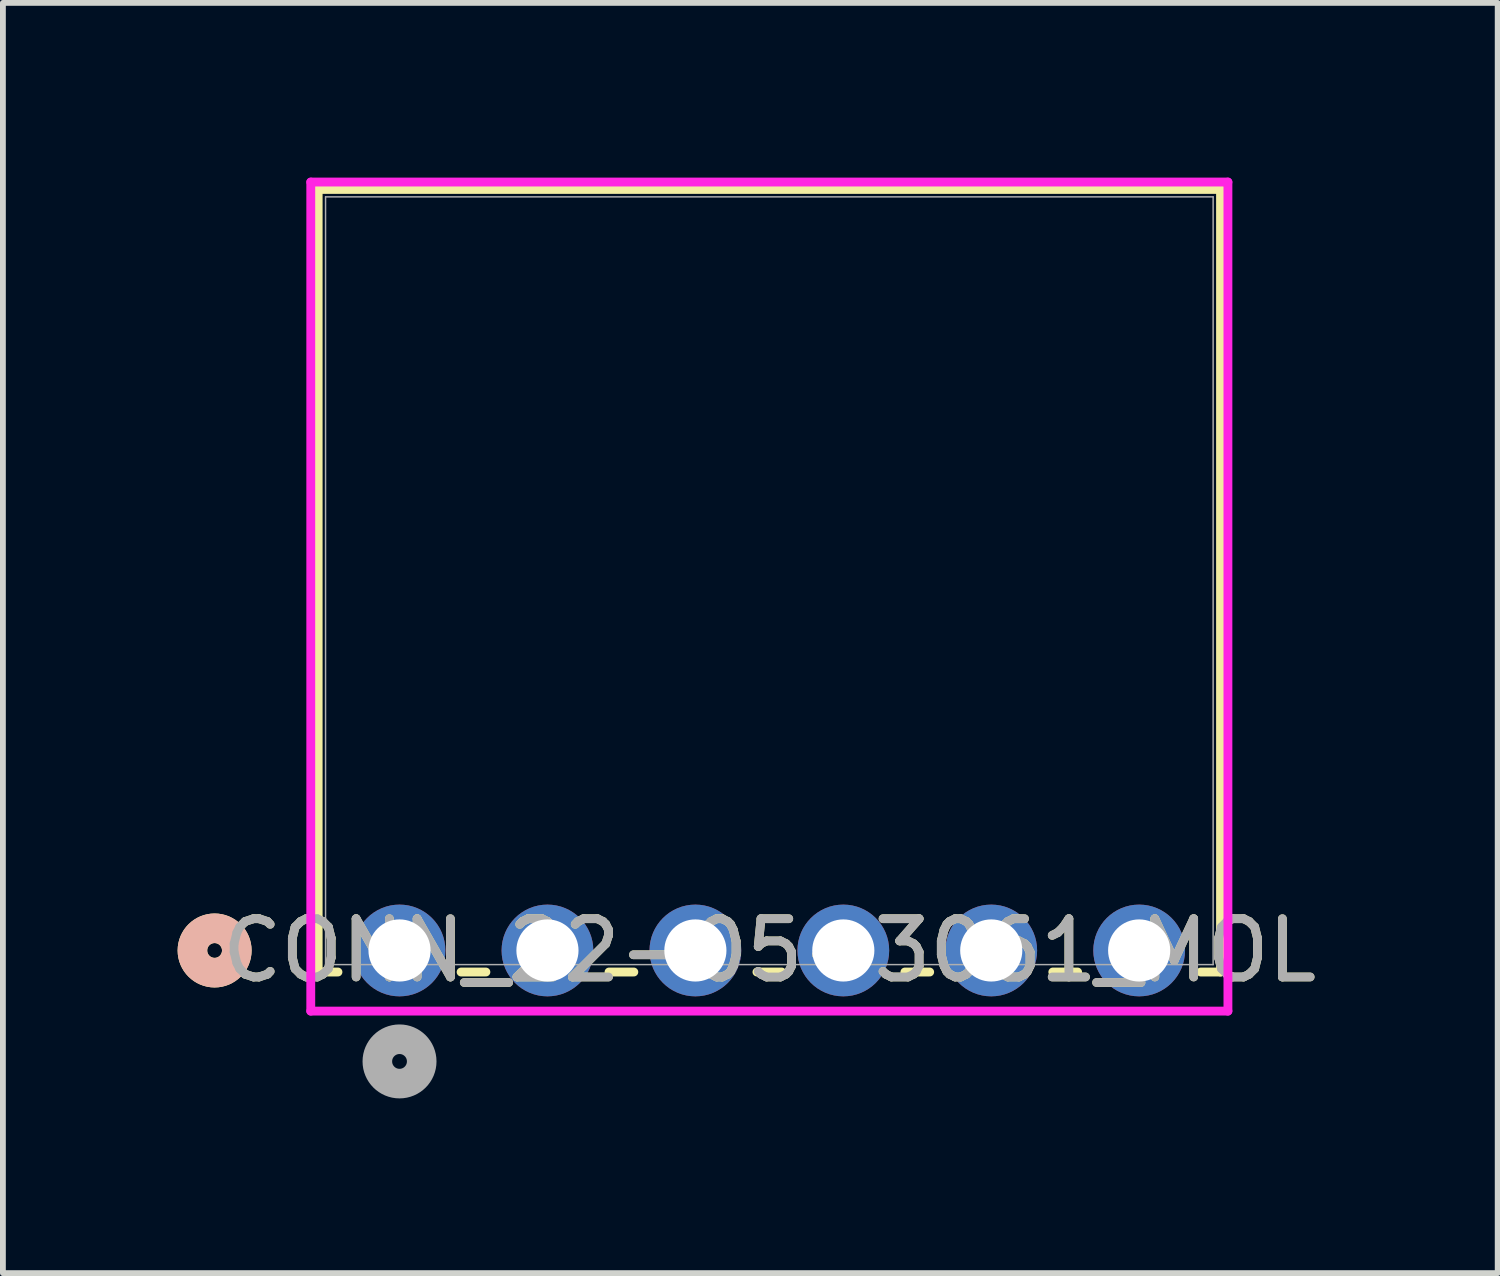
<source format=kicad_pcb>
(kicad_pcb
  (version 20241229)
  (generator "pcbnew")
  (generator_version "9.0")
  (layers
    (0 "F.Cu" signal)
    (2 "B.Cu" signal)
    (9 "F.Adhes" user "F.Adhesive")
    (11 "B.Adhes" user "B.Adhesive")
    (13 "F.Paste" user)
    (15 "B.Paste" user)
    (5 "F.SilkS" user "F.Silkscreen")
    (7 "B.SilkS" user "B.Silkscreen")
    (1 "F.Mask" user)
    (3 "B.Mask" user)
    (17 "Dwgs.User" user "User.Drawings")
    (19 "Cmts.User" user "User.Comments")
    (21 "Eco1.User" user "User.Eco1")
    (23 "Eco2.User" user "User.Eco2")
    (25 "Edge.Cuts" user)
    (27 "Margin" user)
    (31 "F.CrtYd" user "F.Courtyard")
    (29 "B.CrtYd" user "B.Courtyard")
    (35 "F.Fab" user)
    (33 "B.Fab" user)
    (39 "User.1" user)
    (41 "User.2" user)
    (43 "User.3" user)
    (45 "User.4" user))
  (footprint "CONN_22-05-3061_MOL"
    (layer "F.Cu")
    (at 3.81 13.27)
    (property "Reference" "CONN_22-05-3061_MOL" (at 6.35 0 0) (unlocked yes) (layer "F.SilkS") (effects (font (size 1 1) (thickness 0.15))))
    (attr through_hole)
    (fp_line (start -1.397 -13.067) (end -1.397 0.37) (stroke (width 0.152) (type solid)) (layer "F.SilkS"))
    (fp_line (start -1.397 0.37) (end -1.057 0.37) (stroke (width 0.152) (type solid)) (layer "F.SilkS"))
    (fp_line (start 1.057 0.37) (end 1.483 0.37) (stroke (width 0.152) (type solid)) (layer "F.SilkS"))
    (fp_line (start 3.597 0.37) (end 4.023 0.37) (stroke (width 0.152) (type solid)) (layer "F.SilkS"))
    (fp_line (start 6.137 0.37) (end 6.563 0.37) (stroke (width 0.152) (type solid)) (layer "F.SilkS"))
    (fp_line (start 8.677 0.37) (end 9.103 0.37) (stroke (width 0.152) (type solid)) (layer "F.SilkS"))
    (fp_line (start 11.217 0.37) (end 11.643 0.37) (stroke (width 0.152) (type solid)) (layer "F.SilkS"))
    (fp_line (start 13.757 0.37) (end 14.097 0.37) (stroke (width 0.152) (type solid)) (layer "F.SilkS"))
    (fp_line (start 14.097 -13.067) (end -1.397 -13.067) (stroke (width 0.152) (type solid)) (layer "F.SilkS"))
    (fp_line (start 14.097 0.37) (end 14.097 -13.067) (stroke (width 0.152) (type solid)) (layer "F.SilkS"))
    (fp_circle (center -3.175 0) (end -2.794 0) (stroke (width 0.508) (type solid)) (fill no) (layer "F.SilkS"))
    (fp_circle (center -3.175 0) (end -2.794 0) (stroke (width 0.508) (type solid)) (fill no) (layer "B.SilkS"))
    (fp_line (start -1.524 -13.194) (end -1.524 1.041) (stroke (width 0.152) (type solid)) (layer "F.CrtYd"))
    (fp_line (start -1.524 1.041) (end 14.224 1.041) (stroke (width 0.152) (type solid)) (layer "F.CrtYd"))
    (fp_line (start 14.224 -13.194) (end -1.524 -13.194) (stroke (width 0.152) (type solid)) (layer "F.CrtYd"))
    (fp_line (start 14.224 1.041) (end 14.224 -13.194) (stroke (width 0.152) (type solid)) (layer "F.CrtYd"))
    (fp_line (start -1.27 -12.94) (end -1.27 0.243) (stroke (width 0.025) (type solid)) (layer "F.Fab"))
    (fp_line (start -1.27 0.243) (end 13.97 0.243) (stroke (width 0.025) (type solid)) (layer "F.Fab"))
    (fp_line (start 13.97 -12.94) (end -1.27 -12.94) (stroke (width 0.025) (type solid)) (layer "F.Fab"))
    (fp_line (start 13.97 0.243) (end 13.97 -12.94) (stroke (width 0.025) (type solid)) (layer "F.Fab"))
    (fp_circle (center 0 1.905) (end 0.381 1.905) (stroke (width 0.508) (type solid)) (fill no) (layer "F.Fab"))
    (fp_text user "${REFERENCE}" (at 6.35 0 0) (unlocked yes) (layer "F.Fab") (effects (font (size 1 1) (thickness 0.15))))
    (pad "1" thru_hole circle (at 0 0) (size 1.575 1.575) (drill 1.067) (layers "*.Cu" "*.Mask"))
    (pad "2" thru_hole circle (at 2.54 0) (size 1.575 1.575) (drill 1.067) (layers "*.Cu" "*.Mask"))
    (pad "3" thru_hole circle (at 5.08 0) (size 1.575 1.575) (drill 1.067) (layers "*.Cu" "*.Mask"))
    (pad "4" thru_hole circle (at 7.62 0) (size 1.575 1.575) (drill 1.067) (layers "*.Cu" "*.Mask"))
    (pad "5" thru_hole circle (at 10.16 0) (size 1.575 1.575) (drill 1.067) (layers "*.Cu" "*.Mask"))
    (pad "6" thru_hole circle (at 12.7 0) (size 1.575 1.575) (drill 1.067) (layers "*.Cu" "*.Mask")))
  (gr_rect
    (start -3 -3)
    (end 22.666 18.81)
    (stroke (width 0.1) (type default))
    (fill no)
    (layer "Edge.Cuts")))
</source>
